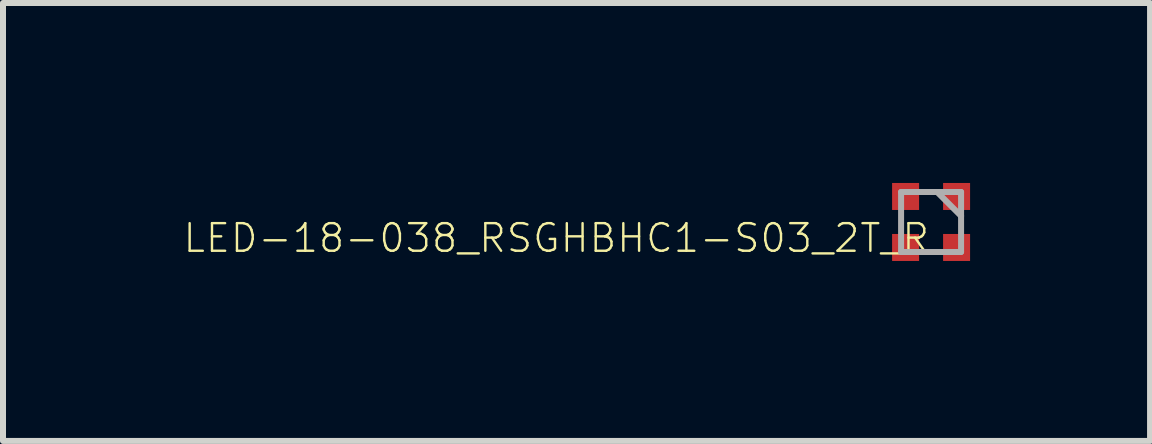
<source format=kicad_pcb>
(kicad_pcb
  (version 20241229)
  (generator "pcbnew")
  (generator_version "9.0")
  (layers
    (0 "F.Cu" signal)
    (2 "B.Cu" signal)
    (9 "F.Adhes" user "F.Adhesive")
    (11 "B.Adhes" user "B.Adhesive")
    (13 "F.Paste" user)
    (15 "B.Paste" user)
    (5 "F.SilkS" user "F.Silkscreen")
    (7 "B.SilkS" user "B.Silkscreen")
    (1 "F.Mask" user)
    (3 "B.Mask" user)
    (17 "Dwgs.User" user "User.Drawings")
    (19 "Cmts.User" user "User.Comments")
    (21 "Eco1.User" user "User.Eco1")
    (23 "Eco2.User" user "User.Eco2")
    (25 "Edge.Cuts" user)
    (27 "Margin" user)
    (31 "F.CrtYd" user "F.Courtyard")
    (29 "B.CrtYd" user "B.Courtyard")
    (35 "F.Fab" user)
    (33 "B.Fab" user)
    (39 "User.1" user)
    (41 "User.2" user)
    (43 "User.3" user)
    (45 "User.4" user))
  (footprint "LED-18-038_RSGHBHC1-S03_2T_R"
    (layer "F.Cu")
    (at 12.47 0.65)
    (property "Reference" "LED-18-038_RSGHBHC1-S03_2T_R" (at 0 0 0) (unlocked yes) (layer "F.SilkS") (effects (font (size 0.46 0.46) (thickness 0.04)) (justify right top)))
    (fp_poly (pts (xy -0.2 -0.2) (xy -0.65 -0.2) (xy -0.65 -0.65) (xy -0.2 -0.65)) (stroke (width 0) (type default)) (fill yes) (layer "F.Paste"))
    (fp_poly (pts (xy -0.2 0.65) (xy -0.65 0.65) (xy -0.65 0.2) (xy -0.2 0.2)) (stroke (width 0) (type default)) (fill yes) (layer "F.Paste"))
    (fp_poly (pts (xy 0.65 -0.2) (xy 0.2 -0.2) (xy 0.2 -0.65) (xy 0.65 -0.65)) (stroke (width 0) (type default)) (fill yes) (layer "F.Paste"))
    (fp_poly (pts (xy 0.65 0.65) (xy 0.2 0.65) (xy 0.2 0.2) (xy 0.65 0.2)) (stroke (width 0) (type default)) (fill yes) (layer "F.Paste"))
    (fp_line (start -0.5 -0.5) (end 0.1 -0.5) (stroke (width 0.1) (type solid)) (layer "F.Fab"))
    (fp_line (start -0.5 0.5) (end -0.5 -0.5) (stroke (width 0.1) (type solid)) (layer "F.Fab"))
    (fp_line (start 0.1 -0.5) (end 0.5 -0.5) (stroke (width 0.1) (type solid)) (layer "F.Fab"))
    (fp_line (start 0.1 -0.5) (end 0.5 -0.1) (stroke (width 0.1) (type solid)) (layer "F.Fab"))
    (fp_line (start 0.5 -0.5) (end 0.5 -0.1) (stroke (width 0.1) (type solid)) (layer "F.Fab"))
    (fp_line (start 0.5 -0.1) (end 0.5 0.5) (stroke (width 0.1) (type solid)) (layer "F.Fab"))
    (fp_line (start 0.5 0.5) (end -0.5 0.5) (stroke (width 0.1) (type solid)) (layer "F.Fab"))
    (pad "1" smd rect (at 0.425 -0.425) (size 0.45 0.45) (layers "F.Cu" "F.Mask"))
    (pad "2" smd rect (at 0.425 0.425) (size 0.45 0.45) (layers "F.Cu" "F.Mask"))
    (pad "3" smd rect (at -0.425 0.425) (size 0.45 0.45) (layers "F.Cu" "F.Mask"))
    (pad "4" smd rect (at -0.425 -0.425) (size 0.45 0.45) (layers "F.Cu" "F.Mask")))
  (gr_rect
    (start -3 -3)
    (end 16.12 4.3)
    (stroke (width 0.1) (type default))
    (fill no)
    (layer "Edge.Cuts")))
</source>
